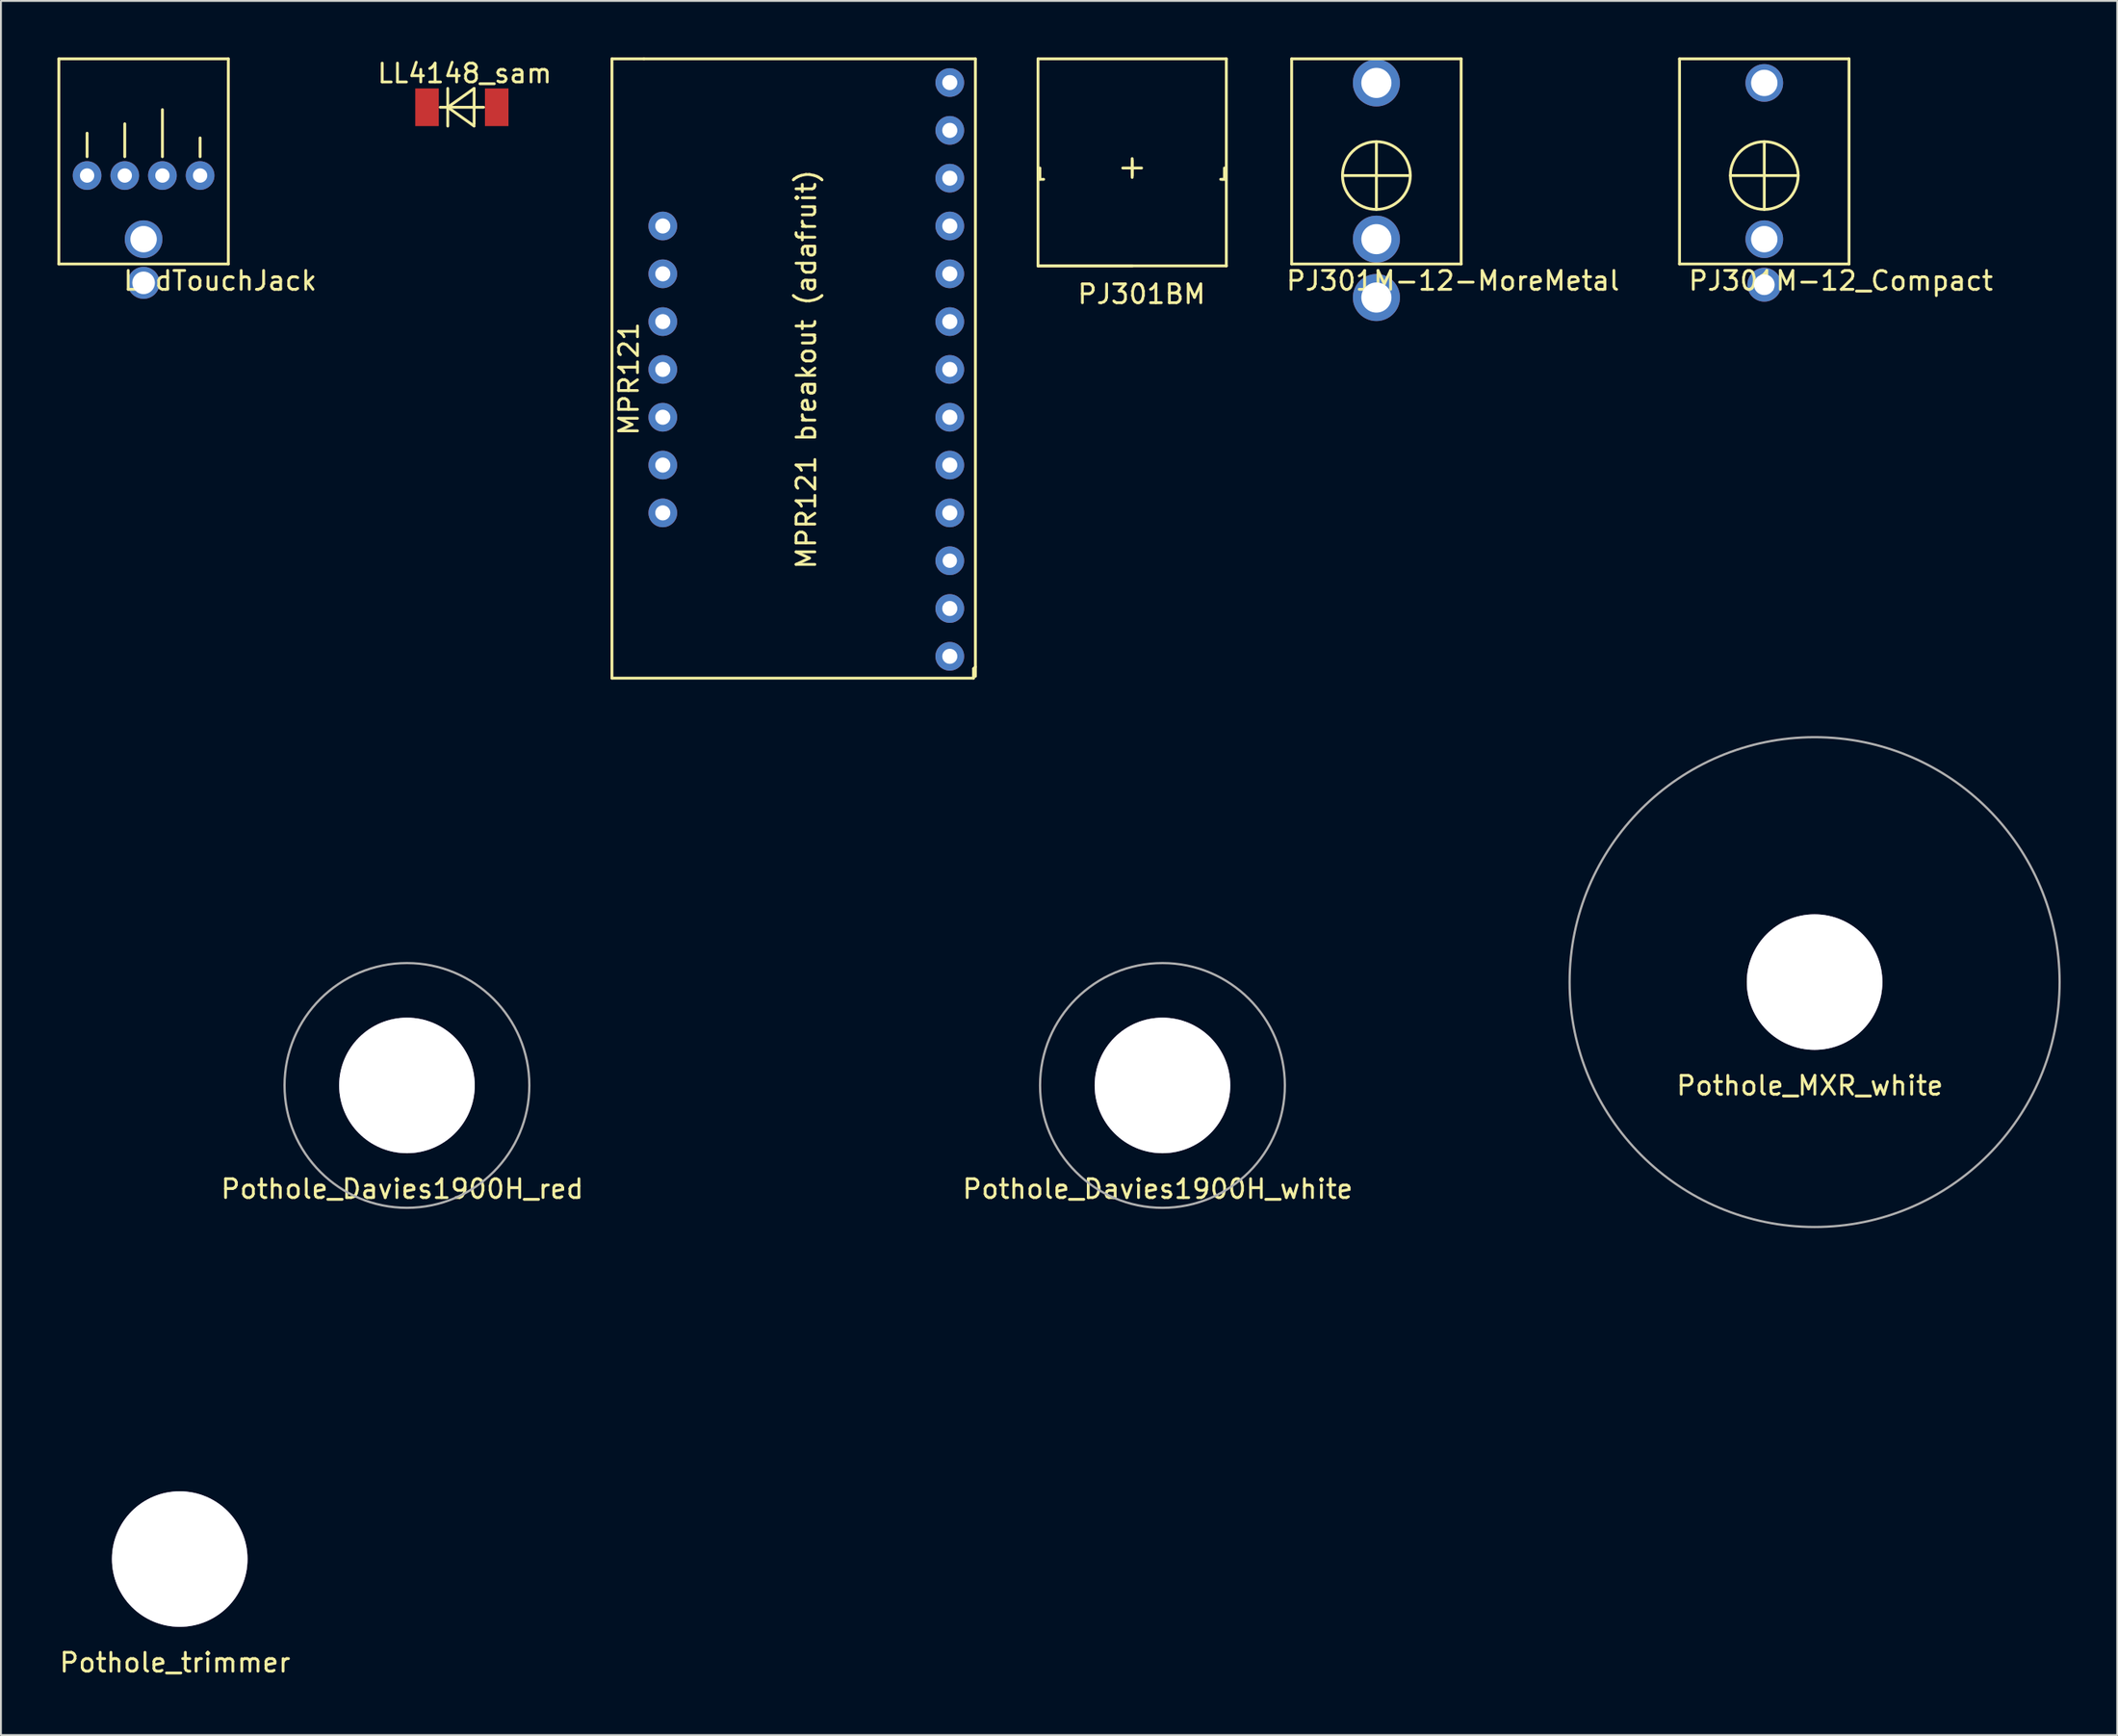
<source format=kicad_pcb>
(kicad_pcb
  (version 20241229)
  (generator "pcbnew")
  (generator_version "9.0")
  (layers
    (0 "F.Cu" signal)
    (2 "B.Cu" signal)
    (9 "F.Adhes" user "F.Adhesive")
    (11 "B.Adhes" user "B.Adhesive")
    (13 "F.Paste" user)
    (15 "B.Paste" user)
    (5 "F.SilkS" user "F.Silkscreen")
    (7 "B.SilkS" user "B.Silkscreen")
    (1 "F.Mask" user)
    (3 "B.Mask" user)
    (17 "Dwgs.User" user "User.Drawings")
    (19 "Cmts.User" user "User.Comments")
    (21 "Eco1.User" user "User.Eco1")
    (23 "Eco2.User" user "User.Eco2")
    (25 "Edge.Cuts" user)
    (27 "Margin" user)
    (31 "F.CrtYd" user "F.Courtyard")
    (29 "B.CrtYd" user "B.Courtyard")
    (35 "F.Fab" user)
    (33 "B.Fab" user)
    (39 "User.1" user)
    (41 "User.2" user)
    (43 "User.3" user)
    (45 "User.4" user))
  (footprint "PJ301BM"
    (layer "F.Cu")
    (at 52.071 11.075)
    (property "Reference" "PJ301BM" (at 5.5 1.5 0) (layer "F.SilkS") (effects (font (size 1 1) (thickness 0.15))))
    (attr through_hole)
    (fp_line (start 0 -11) (end 10 -11) (stroke (width 0.15) (type solid)) (layer "F.SilkS"))
    (fp_line (start 0 0) (end 0 -11) (stroke (width 0.15) (type solid)) (layer "F.SilkS"))
    (fp_line (start 0 0) (end 5 0) (stroke (width 0.15) (type solid)) (layer "F.SilkS"))
    (fp_line (start 0.1 -5.2) (end 0.1 -4.6) (stroke (width 0.15) (type solid)) (layer "F.SilkS"))
    (fp_line (start 0.1 -4.6) (end 0.3 -4.6) (stroke (width 0.15) (type solid)) (layer "F.SilkS"))
    (fp_line (start 5 -5.6) (end 5 -4.8) (stroke (width 0.15) (type solid)) (layer "F.SilkS"))
    (fp_line (start 5 -4.7) (end 5 -5.7) (stroke (width 0.15) (type solid)) (layer "F.SilkS"))
    (fp_line (start 5.5 -5.2) (end 4.5 -5.2) (stroke (width 0.15) (type solid)) (layer "F.SilkS"))
    (fp_line (start 9.8 -4.6) (end 9.7 -4.6) (stroke (width 0.15) (type solid)) (layer "F.SilkS"))
    (fp_line (start 9.9 -5.2) (end 9.9 -4.6) (stroke (width 0.15) (type solid)) (layer "F.SilkS"))
    (fp_line (start 9.9 -4.6) (end 9.8 -4.6) (stroke (width 0.15) (type solid)) (layer "F.SilkS"))
    (fp_line (start 10 -11) (end 10 0) (stroke (width 0.15) (type solid)) (layer "F.SilkS"))
    (fp_line (start 10 0) (end 0 0) (stroke (width 0.15) (type solid)) (layer "F.SilkS")))
  (footprint "Pothole_Davies1900H_red"
    (layer "F.Cu")
    (at 18.56 54.61)
    (property "Reference" "Pothole_Davies1900H_red" (at -0.25 5.5 0) (layer "F.SilkS") (effects (font (size 1 1) (thickness 0.15))))
    (attr through_hole)
    (fp_circle (center 0 0) (end 18.5 0) (stroke (width 0.12) (type solid)) (fill no) (layer "Eco2.User"))
    (fp_circle (center 0 0) (end 6.5 0) (stroke (width 0.12) (type solid)) (fill no) (layer "F.Fab"))
    (pad "1" thru_hole circle (at 0 0) (size 7.2 7.2) (drill 7.2) (layers "*.Cu" "*.Mask")))
  (footprint "PJ301M-12-MoreMetal"
    (layer "F.Cu")
    (at 70.04 6.275)
    (property "Reference" "PJ301M-12-MoreMetal" (at 4.064 5.588 0) (layer "F.SilkS") (effects (font (size 1 1) (thickness 0.15))))
    (attr through_hole)
    (fp_line (start -4.5 -6.2) (end -4.5 4.7) (stroke (width 0.15) (type solid)) (layer "F.SilkS"))
    (fp_line (start -4.5 -6.2) (end 4.5 -6.2) (stroke (width 0.15) (type solid)) (layer "F.SilkS"))
    (fp_line (start -4.5 4.7) (end 4.5 4.7) (stroke (width 0.15) (type solid)) (layer "F.SilkS"))
    (fp_line (start -1.8 0) (end 1.8 0) (stroke (width 0.15) (type solid)) (layer "F.SilkS"))
    (fp_line (start 0 -1.8) (end 0 1.8) (stroke (width 0.15) (type solid)) (layer "F.SilkS"))
    (fp_line (start 4.5 -6.2) (end 4.5 4.7) (stroke (width 0.15) (type solid)) (layer "F.SilkS"))
    (fp_circle (center 0 0) (end 1.8 0) (stroke (width 0.15) (type solid)) (fill no) (layer "F.SilkS"))
    (pad "1" thru_hole circle (at 0 6.48) (size 2.5 2.5) (drill 1.6) (layers "*.Cu" "*.Mask"))
    (pad "2" thru_hole circle (at 0 3.38) (size 2.5 2.5) (drill 1.6) (layers "*.Cu" "*.Mask"))
    (pad "3" thru_hole circle (at 0 -4.92) (size 2.5 2.5) (drill 1.6) (layers "*.Cu" "*.Mask")))
  (footprint "PJ301M-12_Compact"
    (layer "F.Cu")
    (at 90.638 6.275)
    (property "Reference" "PJ301M-12_Compact" (at 4.064 5.588 0) (layer "F.SilkS") (effects (font (size 1 1) (thickness 0.15))))
    (attr through_hole)
    (fp_line (start -4.5 -6.2) (end -4.5 4.7) (stroke (width 0.15) (type solid)) (layer "F.SilkS"))
    (fp_line (start -4.5 -6.2) (end 4.5 -6.2) (stroke (width 0.15) (type solid)) (layer "F.SilkS"))
    (fp_line (start -4.5 4.7) (end 4.5 4.7) (stroke (width 0.15) (type solid)) (layer "F.SilkS"))
    (fp_line (start -1.8 0) (end 1.8 0) (stroke (width 0.15) (type solid)) (layer "F.SilkS"))
    (fp_line (start 0 -1.8) (end 0 1.8) (stroke (width 0.15) (type solid)) (layer "F.SilkS"))
    (fp_line (start 4.5 -6.2) (end 4.5 4.7) (stroke (width 0.15) (type solid)) (layer "F.SilkS"))
    (fp_circle (center 0 0) (end 1.8 0) (stroke (width 0.15) (type solid)) (fill no) (layer "F.SilkS"))
    (pad "1" thru_hole circle (at 0 5.8) (size 1.8 1.8) (drill 1.1) (layers "*.Cu" "*.Mask"))
    (pad "2" thru_hole circle (at 0 3.38) (size 2 2) (drill 1.4) (layers "*.Cu" "*.Mask"))
    (pad "3" thru_hole circle (at 0 -4.92) (size 2 2) (drill 1.4) (layers "*.Cu" "*.Mask")))
  (footprint "Pothole_Davies1900H_white"
    (layer "F.Cu")
    (at 58.68 54.61)
    (property "Reference" "Pothole_Davies1900H_white" (at -0.25 5.5 0) (layer "F.SilkS") (effects (font (size 1 1) (thickness 0.15))))
    (attr through_hole)
    (fp_circle (center 0 0) (end 18.5 0) (stroke (width 0.12) (type solid)) (fill no) (layer "Eco2.User"))
    (fp_circle (center 0 0) (end 6.5 0) (stroke (width 0.12) (type solid)) (fill no) (layer "F.Fab"))
    (pad "1" thru_hole circle (at 0 0) (size 7.2 7.2) (drill 7.2) (layers "*.Cu" "*.Mask")))
  (footprint "LL4148_sam"
    (layer "F.Cu")
    (at 20.227 1.648)
    (property "Reference" "LL4148_sam" (at 1.4 -0.8 180) (layer "F.SilkS") (effects (font (size 1 1) (thickness 0.15))))
    (attr through_hole)
    (fp_line (start 0.5 0) (end 0.5 2) (stroke (width 0.15) (type solid)) (layer "F.SilkS"))
    (fp_line (start 0.5 1) (end 1.9 2) (stroke (width 0.15) (type solid)) (layer "F.SilkS"))
    (fp_line (start 1.9 0) (end 0.5 1) (stroke (width 0.15) (type solid)) (layer "F.SilkS"))
    (fp_line (start 1.9 0) (end 1.9 1.9) (stroke (width 0.15) (type solid)) (layer "F.SilkS"))
    (fp_line (start 2.4 1) (end 0.1 1) (stroke (width 0.15) (type solid)) (layer "F.SilkS"))
    (pad "1" smd rect (at -0.6 1) (size 1.25 2) (layers "F.Cu" "F.Mask" "F.Paste"))
    (pad "2" smd rect (at 3.1 1) (size 1.25 2) (layers "F.Cu" "F.Mask" "F.Paste")))
  (footprint "Pothole_MXR_white"
    (layer "F.Cu")
    (at 93.31 49.12)
    (property "Reference" "Pothole_MXR_white" (at -0.25 5.5 0) (layer "F.SilkS") (effects (font (size 1 1) (thickness 0.15))))
    (attr through_hole)
    (fp_circle (center 0 0) (end 13 0) (stroke (width 0.12) (type solid)) (fill no) (layer "Eco2.User"))
    (fp_circle (center 0 0) (end 13 -0.5) (stroke (width 0.12) (type solid)) (fill no) (layer "F.Fab"))
    (pad "1" thru_hole circle (at 0 0) (size 7.2 7.2) (drill 7.2) (layers "*.Cu" "*.Mask")))
  (footprint "MPR121 breakout (adafruit)"
    (layer "F.Cu")
    (at 32.146 16.575)
    (property "Reference" "MPR121 breakout (adafruit)" (at 7.62 0 270) (layer "F.SilkS") (effects (font (size 1 1) (thickness 0.15))))
    (attr through_hole)
    (fp_line (start -2.7 -16.5) (end -2.7 16.4) (stroke (width 0.15) (type solid)) (layer "F.SilkS"))
    (fp_line (start -2.7 16.4) (end 16.5 16.4) (stroke (width 0.15) (type solid)) (layer "F.SilkS"))
    (fp_line (start -1 -16.5) (end -2.7 -16.5) (stroke (width 0.15) (type solid)) (layer "F.SilkS"))
    (fp_line (start 16.5 16.4) (end 16.5 15.9) (stroke (width 0.15) (type solid)) (layer "F.SilkS"))
    (fp_line (start 16.6 -16.5) (end -1 -16.5) (stroke (width 0.15) (type solid)) (layer "F.SilkS"))
    (fp_line (start 16.6 15.8) (end 16.5 15.9) (stroke (width 0.15) (type solid)) (layer "F.SilkS"))
    (fp_line (start 16.6 16.3) (end 16.6 -16.5) (stroke (width 0.15) (type solid)) (layer "F.SilkS"))
    (fp_text user "MPR121" (at -1.8 0.5 90) (layer "F.SilkS") (effects (font (size 1 1) (thickness 0.15))))
    (pad "0" thru_hole circle (at 15.24 15.24) (size 1.524 1.524) (drill 0.8) (layers "*.Cu" "*.Mask"))
    (pad "1" thru_hole circle (at 15.24 12.7) (size 1.524 1.524) (drill 0.8) (layers "*.Cu" "*.Mask"))
    (pad "2" thru_hole circle (at 15.24 10.16) (size 1.524 1.524) (drill 0.762) (layers "*.Cu" "*.Mask"))
    (pad "3" thru_hole circle (at 15.24 7.62) (size 1.524 1.524) (drill 0.8) (layers "*.Cu" "*.Mask"))
    (pad "4" thru_hole circle (at 15.24 5.08) (size 1.524 1.524) (drill 0.8) (layers "*.Cu" "*.Mask"))
    (pad "5" thru_hole circle (at 15.24 2.54) (size 1.524 1.524) (drill 0.8) (layers "*.Cu" "*.Mask"))
    (pad "6" thru_hole circle (at 15.24 0) (size 1.524 1.524) (drill 0.8) (layers "*.Cu" "*.Mask"))
    (pad "7" thru_hole circle (at 15.24 -2.54) (size 1.524 1.524) (drill 0.8) (layers "*.Cu" "*.Mask"))
    (pad "8" thru_hole circle (at 15.24 -5.08) (size 1.524 1.524) (drill 0.8) (layers "*.Cu" "*.Mask"))
    (pad "9" thru_hole circle (at 15.24 -7.62) (size 1.524 1.524) (drill 0.8) (layers "*.Cu" "*.Mask"))
    (pad "10" thru_hole circle (at 15.24 -10.16) (size 1.524 1.524) (drill 0.8) (layers "*.Cu" "*.Mask"))
    (pad "11" thru_hole circle (at 15.24 -12.7) (size 1.524 1.524) (drill 0.8) (layers "*.Cu" "*.Mask"))
    (pad "12" thru_hole circle (at 15.24 -15.24) (size 1.524 1.524) (drill 0.8) (layers "*.Cu" "*.Mask"))
    (pad "13" thru_hole circle (at 0 -7.62) (size 1.524 1.524) (drill 0.8) (layers "*.Cu" "*.Mask"))
    (pad "14" thru_hole circle (at 0 -5.08) (size 1.524 1.524) (drill 0.8) (layers "*.Cu" "*.Mask"))
    (pad "15" thru_hole circle (at 0 -2.54) (size 1.524 1.524) (drill 0.8) (layers "*.Cu" "*.Mask"))
    (pad "16" thru_hole circle (at 0 0) (size 1.524 1.524) (drill 0.8) (layers "*.Cu" "*.Mask"))
    (pad "17" thru_hole circle (at 0 2.54) (size 1.524 1.524) (drill 0.8) (layers "*.Cu" "*.Mask"))
    (pad "18" thru_hole circle (at 0 5.08) (size 1.524 1.524) (drill 0.8) (layers "*.Cu" "*.Mask"))
    (pad "19" thru_hole circle (at 0 7.62) (size 1.524 1.524) (drill 0.8) (layers "*.Cu" "*.Mask")))
  (footprint "Pothole_trimmer"
    (layer "F.Cu")
    (at 6.494 79.77)
    (property "Reference" "Pothole_trimmer" (at -0.25 5.5 0) (layer "F.SilkS") (effects (font (size 1 1) (thickness 0.15))))
    (attr through_hole)
    (pad "1" thru_hole circle (at 0 0) (size 7.2 7.2) (drill 7.2) (layers "*.Cu" "*.Mask")))
  (footprint "LedTouchJack"
    (layer "F.Cu")
    (at 4.575 6.275)
    (property "Reference" "LedTouchJack" (at 4.064 5.588 0) (layer "F.SilkS") (effects (font (size 1 1) (thickness 0.15))))
    (attr through_hole)
    (fp_line (start -4.5 -6.2) (end -4.5 4.7) (stroke (width 0.15) (type solid)) (layer "F.SilkS"))
    (fp_line (start -4.5 -6.2) (end 4.5 -6.2) (stroke (width 0.15) (type solid)) (layer "F.SilkS"))
    (fp_line (start -4.5 4.7) (end 4.5 4.7) (stroke (width 0.15) (type solid)) (layer "F.SilkS"))
    (fp_line (start -3 -1) (end -3 -2.25) (stroke (width 0.15) (type solid)) (layer "F.SilkS"))
    (fp_line (start -1 -1) (end -1 -2.75) (stroke (width 0.15) (type solid)) (layer "F.SilkS"))
    (fp_line (start 1 -1) (end 1 -3.5) (stroke (width 0.15) (type solid)) (layer "F.SilkS"))
    (fp_line (start 3 -1) (end 3 -2) (stroke (width 0.15) (type solid)) (layer "F.SilkS"))
    (fp_line (start 4.5 -6.2) (end 4.5 4.7) (stroke (width 0.15) (type solid)) (layer "F.SilkS"))
    (pad "1" thru_hole circle (at 0 5.7) (size 1.7 1.7) (drill 1.2) (layers "*.Cu" "*.Mask"))
    (pad "2" thru_hole circle (at 0 3.38) (size 2 2) (drill 1.4) (layers "*.Cu" "*.Mask"))
    (pad "3" thru_hole circle (at -3 0) (size 1.524 1.524) (drill 0.762) (layers "*.Cu" "*.Mask"))
    (pad "4" thru_hole circle (at -1 0) (size 1.524 1.524) (drill 0.762) (layers "*.Cu" "*.Mask"))
    (pad "5" thru_hole circle (at 1 0) (size 1.524 1.524) (drill 0.762) (layers "*.Cu" "*.Mask"))
    (pad "6" thru_hole circle (at 3 0) (size 1.524 1.524) (drill 0.762) (layers "*.Cu" "*.Mask")))
  (gr_rect
    (start -3 -3)
    (end 109.379 89.118)
    (stroke (width 0.1) (type default))
    (fill no)
    (layer "Edge.Cuts")))
</source>
